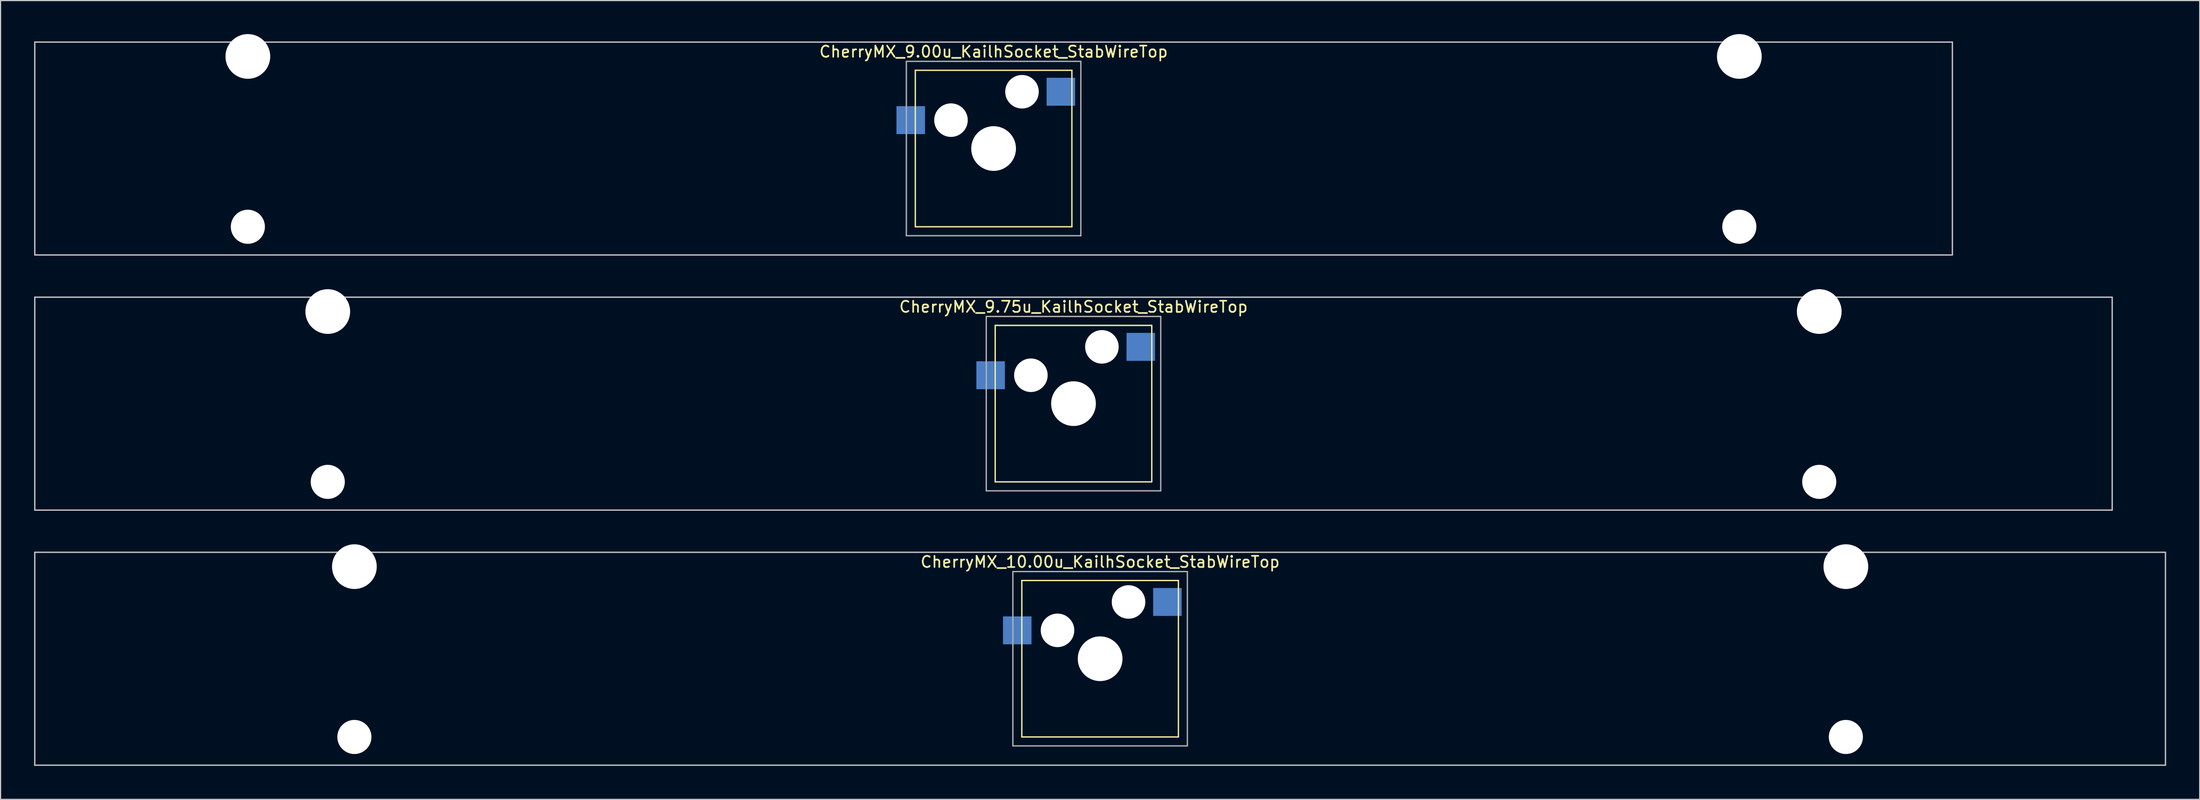
<source format=kicad_pcb>
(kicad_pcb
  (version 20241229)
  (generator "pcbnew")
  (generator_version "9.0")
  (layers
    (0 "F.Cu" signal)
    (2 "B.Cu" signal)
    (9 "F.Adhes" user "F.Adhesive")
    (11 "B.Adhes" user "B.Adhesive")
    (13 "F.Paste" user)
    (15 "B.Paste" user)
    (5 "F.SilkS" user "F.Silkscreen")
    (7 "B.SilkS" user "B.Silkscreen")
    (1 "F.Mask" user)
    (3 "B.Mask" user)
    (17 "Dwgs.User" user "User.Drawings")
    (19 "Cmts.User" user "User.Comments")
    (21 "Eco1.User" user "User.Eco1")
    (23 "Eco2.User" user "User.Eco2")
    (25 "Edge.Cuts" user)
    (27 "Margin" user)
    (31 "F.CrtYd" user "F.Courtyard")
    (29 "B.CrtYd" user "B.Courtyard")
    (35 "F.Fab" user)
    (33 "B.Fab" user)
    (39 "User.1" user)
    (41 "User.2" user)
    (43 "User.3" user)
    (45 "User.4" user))
  (footprint "CherryMX_9.00u_KailhSocket_StabWireTop"
    (layer "F.Cu")
    (at 85.785 10.24)
    (property "Reference" "CherryMX_9.00u_KailhSocket_StabWireTop" (at 0 -8.662 0) (layer "F.SilkS") (effects (font (size 1 1) (thickness 0.15))))
    (attr through_hole)
    (fp_line (start -7 -7) (end -7 7) (stroke (width 0.12) (type solid)) (layer "F.SilkS"))
    (fp_line (start -7 -7) (end 7 -7) (stroke (width 0.12) (type solid)) (layer "F.SilkS"))
    (fp_line (start 7 -7) (end 7 7) (stroke (width 0.12) (type solid)) (layer "F.SilkS"))
    (fp_line (start 7 7) (end -7 7) (stroke (width 0.12) (type solid)) (layer "F.SilkS"))
    (fp_line (start -85.725 -9.525) (end 85.725 -9.525) (stroke (width 0.12) (type solid)) (layer "Dwgs.User"))
    (fp_line (start -85.725 9.525) (end -85.725 -9.525) (stroke (width 0.12) (type solid)) (layer "Dwgs.User"))
    (fp_line (start 85.725 -9.525) (end 85.725 9.525) (stroke (width 0.12) (type solid)) (layer "Dwgs.User"))
    (fp_line (start 85.725 9.525) (end -85.725 9.525) (stroke (width 0.12) (type solid)) (layer "Dwgs.User"))
    (fp_line (start -7.8 -7.8) (end -7.8 7.8) (stroke (width 0.12) (type solid)) (layer "F.Fab"))
    (fp_line (start -7.8 -7.8) (end 7.8 -7.8) (stroke (width 0.12) (type solid)) (layer "F.Fab"))
    (fp_line (start -7.8 7.8) (end 7.8 7.8) (stroke (width 0.12) (type solid)) (layer "F.Fab"))
    (fp_line (start 7.8 -7.8) (end 7.8 7.8) (stroke (width 0.12) (type solid)) (layer "F.Fab"))
    (pad "" np_thru_hole circle (at -66.675 -8.24) (size 4 4) (drill 4) (layers "*.Cu" "*.Mask"))
    (pad "" np_thru_hole circle (at -66.675 7) (size 3.05 3.05) (drill 3.05) (layers "*.Cu" "*.Mask"))
    (pad "" np_thru_hole circle (at -3.81 -2.54) (size 3 3) (drill 3) (layers "*.Cu" "*.Mask"))
    (pad "" np_thru_hole circle (at 0 0) (size 4 4) (drill 4) (layers "*.Cu" "*.Mask"))
    (pad "" np_thru_hole circle (at 2.54 -5.08) (size 3 3) (drill 3) (layers "*.Cu" "*.Mask"))
    (pad "" np_thru_hole circle (at 66.675 -8.24) (size 4 4) (drill 4) (layers "*.Cu" "*.Mask"))
    (pad "" np_thru_hole circle (at 66.675 7) (size 3.05 3.05) (drill 3.05) (layers "*.Cu" "*.Mask"))
    (pad "1" smd rect (at -7.41 -2.54) (size 2.55 2.5) (layers "B.Cu" "B.Mask" "B.Paste"))
    (pad "2" smd rect (at 6.015 -5.08) (size 2.55 2.5) (layers "B.Cu" "B.Mask" "B.Paste")))
  (footprint "CherryMX_9.75u_KailhSocket_StabWireTop"
    (layer "F.Cu")
    (at 92.929 33.065)
    (property "Reference" "CherryMX_9.75u_KailhSocket_StabWireTop" (at 0 -8.662 0) (layer "F.SilkS") (effects (font (size 1 1) (thickness 0.15))))
    (attr through_hole)
    (fp_line (start -7 -7) (end -7 7) (stroke (width 0.12) (type solid)) (layer "F.SilkS"))
    (fp_line (start -7 -7) (end 7 -7) (stroke (width 0.12) (type solid)) (layer "F.SilkS"))
    (fp_line (start 7 -7) (end 7 7) (stroke (width 0.12) (type solid)) (layer "F.SilkS"))
    (fp_line (start 7 7) (end -7 7) (stroke (width 0.12) (type solid)) (layer "F.SilkS"))
    (fp_line (start -92.869 -9.525) (end 92.869 -9.525) (stroke (width 0.12) (type solid)) (layer "Dwgs.User"))
    (fp_line (start -92.869 9.525) (end -92.869 -9.525) (stroke (width 0.12) (type solid)) (layer "Dwgs.User"))
    (fp_line (start 92.869 -9.525) (end 92.869 9.525) (stroke (width 0.12) (type solid)) (layer "Dwgs.User"))
    (fp_line (start 92.869 9.525) (end -92.869 9.525) (stroke (width 0.12) (type solid)) (layer "Dwgs.User"))
    (fp_line (start -7.8 -7.8) (end -7.8 7.8) (stroke (width 0.12) (type solid)) (layer "F.Fab"))
    (fp_line (start -7.8 -7.8) (end 7.8 -7.8) (stroke (width 0.12) (type solid)) (layer "F.Fab"))
    (fp_line (start -7.8 7.8) (end 7.8 7.8) (stroke (width 0.12) (type solid)) (layer "F.Fab"))
    (fp_line (start 7.8 -7.8) (end 7.8 7.8) (stroke (width 0.12) (type solid)) (layer "F.Fab"))
    (pad "" np_thru_hole circle (at -66.675 -8.24) (size 4 4) (drill 4) (layers "*.Cu" "*.Mask"))
    (pad "" np_thru_hole circle (at -66.675 7) (size 3.05 3.05) (drill 3.05) (layers "*.Cu" "*.Mask"))
    (pad "" np_thru_hole circle (at -3.81 -2.54) (size 3 3) (drill 3) (layers "*.Cu" "*.Mask"))
    (pad "" np_thru_hole circle (at 0 0) (size 4 4) (drill 4) (layers "*.Cu" "*.Mask"))
    (pad "" np_thru_hole circle (at 2.54 -5.08) (size 3 3) (drill 3) (layers "*.Cu" "*.Mask"))
    (pad "" np_thru_hole circle (at 66.675 -8.24) (size 4 4) (drill 4) (layers "*.Cu" "*.Mask"))
    (pad "" np_thru_hole circle (at 66.675 7) (size 3.05 3.05) (drill 3.05) (layers "*.Cu" "*.Mask"))
    (pad "1" smd rect (at -7.41 -2.54) (size 2.55 2.5) (layers "B.Cu" "B.Mask" "B.Paste"))
    (pad "2" smd rect (at 6.015 -5.08) (size 2.55 2.5) (layers "B.Cu" "B.Mask" "B.Paste")))
  (footprint "CherryMX_10.00u_KailhSocket_StabWireTop"
    (layer "F.Cu")
    (at 95.31 55.89)
    (property "Reference" "CherryMX_10.00u_KailhSocket_StabWireTop" (at 0 -8.662 0) (layer "F.SilkS") (effects (font (size 1 1) (thickness 0.15))))
    (attr through_hole)
    (fp_line (start -7 -7) (end -7 7) (stroke (width 0.12) (type solid)) (layer "F.SilkS"))
    (fp_line (start -7 -7) (end 7 -7) (stroke (width 0.12) (type solid)) (layer "F.SilkS"))
    (fp_line (start 7 -7) (end 7 7) (stroke (width 0.12) (type solid)) (layer "F.SilkS"))
    (fp_line (start 7 7) (end -7 7) (stroke (width 0.12) (type solid)) (layer "F.SilkS"))
    (fp_line (start -95.25 -9.525) (end 95.25 -9.525) (stroke (width 0.12) (type solid)) (layer "Dwgs.User"))
    (fp_line (start -95.25 9.525) (end -95.25 -9.525) (stroke (width 0.12) (type solid)) (layer "Dwgs.User"))
    (fp_line (start 95.25 -9.525) (end 95.25 9.525) (stroke (width 0.12) (type solid)) (layer "Dwgs.User"))
    (fp_line (start 95.25 9.525) (end -95.25 9.525) (stroke (width 0.12) (type solid)) (layer "Dwgs.User"))
    (fp_line (start -7.8 -7.8) (end -7.8 7.8) (stroke (width 0.12) (type solid)) (layer "F.Fab"))
    (fp_line (start -7.8 -7.8) (end 7.8 -7.8) (stroke (width 0.12) (type solid)) (layer "F.Fab"))
    (fp_line (start -7.8 7.8) (end 7.8 7.8) (stroke (width 0.12) (type solid)) (layer "F.Fab"))
    (fp_line (start 7.8 -7.8) (end 7.8 7.8) (stroke (width 0.12) (type solid)) (layer "F.Fab"))
    (pad "" np_thru_hole circle (at -66.675 -8.24) (size 4 4) (drill 4) (layers "*.Cu" "*.Mask"))
    (pad "" np_thru_hole circle (at -66.675 7) (size 3.05 3.05) (drill 3.05) (layers "*.Cu" "*.Mask"))
    (pad "" np_thru_hole circle (at -3.81 -2.54) (size 3 3) (drill 3) (layers "*.Cu" "*.Mask"))
    (pad "" np_thru_hole circle (at 0 0) (size 4 4) (drill 4) (layers "*.Cu" "*.Mask"))
    (pad "" np_thru_hole circle (at 2.54 -5.08) (size 3 3) (drill 3) (layers "*.Cu" "*.Mask"))
    (pad "" np_thru_hole circle (at 66.675 -8.24) (size 4 4) (drill 4) (layers "*.Cu" "*.Mask"))
    (pad "" np_thru_hole circle (at 66.675 7) (size 3.05 3.05) (drill 3.05) (layers "*.Cu" "*.Mask"))
    (pad "1" smd rect (at -7.41 -2.54) (size 2.55 2.5) (layers "B.Cu" "B.Mask" "B.Paste"))
    (pad "2" smd rect (at 6.015 -5.08) (size 2.55 2.5) (layers "B.Cu" "B.Mask" "B.Paste")))
  (gr_rect
    (start -3 -3)
    (end 193.62 68.475)
    (stroke (width 0.1) (type default))
    (fill no)
    (layer "Edge.Cuts")))
</source>
